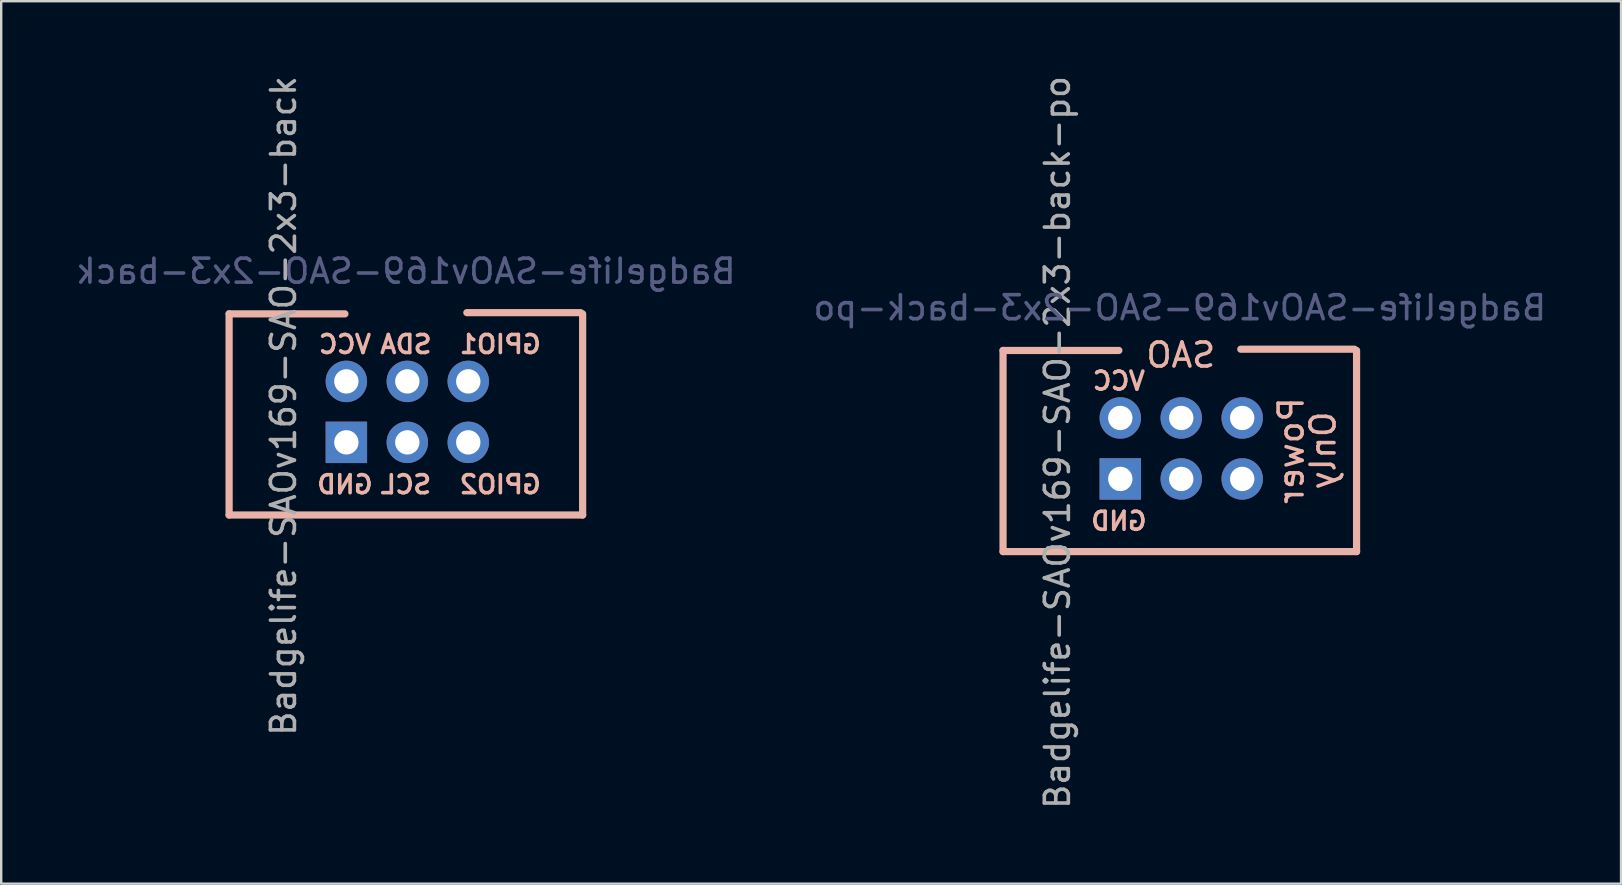
<source format=kicad_pcb>
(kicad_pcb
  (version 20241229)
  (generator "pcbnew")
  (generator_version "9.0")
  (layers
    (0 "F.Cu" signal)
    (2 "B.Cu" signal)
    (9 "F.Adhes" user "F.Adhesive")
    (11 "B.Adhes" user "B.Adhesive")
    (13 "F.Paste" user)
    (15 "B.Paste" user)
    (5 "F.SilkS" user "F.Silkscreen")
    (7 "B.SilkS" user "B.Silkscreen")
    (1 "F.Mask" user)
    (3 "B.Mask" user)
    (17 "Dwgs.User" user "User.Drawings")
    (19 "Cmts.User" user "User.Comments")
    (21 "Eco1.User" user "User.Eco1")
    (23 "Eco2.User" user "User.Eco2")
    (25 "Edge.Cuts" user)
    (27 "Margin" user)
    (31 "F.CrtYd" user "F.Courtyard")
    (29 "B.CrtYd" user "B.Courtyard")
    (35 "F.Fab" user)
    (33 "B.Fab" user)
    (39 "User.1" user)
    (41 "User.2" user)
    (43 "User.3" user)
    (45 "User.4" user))
  (footprint "Badgelife-SAOv169-SAO-2x3-back"
    (layer "F.Cu")
    (at 13.863 14.093)
    (property "Reference" "Badgelife-SAOv169-SAO-2x3-back" (at 0 -5.842 0) (layer "B.Fab") (effects (font (size 1 1) (thickness 0.15)) (justify mirror)))
    (attr through_hole)
    (fp_line (start -7.366 -4.064) (end -7.366 4.318) (stroke (width 0.3) (type solid)) (layer "B.SilkS"))
    (fp_line (start -7.366 4.318) (end 7.366 4.318) (stroke (width 0.3) (type solid)) (layer "B.SilkS"))
    (fp_line (start -2.54 -4.064) (end -7.366 -4.064) (stroke (width 0.3) (type solid)) (layer "B.SilkS"))
    (fp_line (start 7.28 -4.115) (end 2.54 -4.115) (stroke (width 0.3) (type solid)) (layer "B.SilkS"))
    (fp_line (start 7.366 4.318) (end 7.366 -4.064) (stroke (width 0.3) (type solid)) (layer "B.SilkS"))
    (fp_text user "GPIO1" (at 3.937 -2.794 0) (unlocked yes) (layer "B.SilkS") (effects (font (size 0.75 0.75) (thickness 0.15)) (justify mirror)))
    (fp_text user "GPIO2" (at 3.937 3.048 0) (layer "B.SilkS") (effects (font (size 0.75 0.75) (thickness 0.15)) (justify mirror)))
    (fp_text user "SCL" (at 0 3.048 0) (layer "B.SilkS") (effects (font (size 0.75 0.75) (thickness 0.15)) (justify mirror)))
    (fp_text user "GND" (at -2.54 3.048 0) (unlocked yes) (layer "B.SilkS") (effects (font (size 0.75 0.75) (thickness 0.15)) (justify mirror)))
    (fp_text user "SDA" (at 0 -2.794 0) (unlocked yes) (layer "B.SilkS") (effects (font (size 0.75 0.75) (thickness 0.15)) (justify mirror)))
    (fp_text user "VCC" (at -2.54 -2.794 0) (unlocked yes) (layer "B.SilkS") (effects (font (size 0.75 0.75) (thickness 0.15)) (justify mirror)))
    (fp_text user "${REFERENCE}" (at -5.1 -0.23 270) (layer "F.Fab") (effects (font (size 1 1) (thickness 0.15))))
    (pad "1" thru_hole oval (at -2.48 -1.25 270) (size 1.727 1.727) (drill 1.016) (layers "*.Cu" "*.Mask"))
    (pad "2" thru_hole rect (at -2.48 1.29 270) (size 1.727 1.727) (drill 1.016) (layers "*.Cu" "*.Mask"))
    (pad "3" thru_hole oval (at 0.06 -1.25 270) (size 1.727 1.727) (drill 1.016) (layers "*.Cu" "*.Mask"))
    (pad "4" thru_hole oval (at 0.06 1.29 270) (size 1.727 1.727) (drill 1.016) (layers "*.Cu" "*.Mask"))
    (pad "5" thru_hole circle (at 2.6 -1.25 270) (size 1.727 1.727) (drill 1.016) (layers "*.Cu" "*.Mask"))
    (pad "6" thru_hole circle (at 2.6 1.29 270) (size 1.727 1.727) (drill 1.016) (layers "*.Cu" "*.Mask")))
  (footprint "Badgelife-SAOv169-SAO-2x3-back-po"
    (layer "F.Cu")
    (at 46.113 15.617)
    (property "Reference" "Badgelife-SAOv169-SAO-2x3-back-po" (at 0 -5.842 0) (layer "B.Fab") (effects (font (size 1 1) (thickness 0.15)) (justify mirror)))
    (attr through_hole)
    (fp_line (start -7.366 -4.064) (end -7.366 4.318) (stroke (width 0.3) (type solid)) (layer "B.SilkS"))
    (fp_line (start -7.366 4.318) (end 7.366 4.318) (stroke (width 0.3) (type solid)) (layer "B.SilkS"))
    (fp_line (start -2.54 -4.064) (end -7.366 -4.064) (stroke (width 0.3) (type solid)) (layer "B.SilkS"))
    (fp_line (start 7.28 -4.115) (end 2.54 -4.115) (stroke (width 0.3) (type solid)) (layer "B.SilkS"))
    (fp_line (start 7.366 4.318) (end 7.366 -4.064) (stroke (width 0.3) (type solid)) (layer "B.SilkS"))
    (fp_text user "Power" (at 4.64 0.11 90) (layer "B.SilkS") (effects (font (size 1 1) (thickness 0.15)) (justify mirror)))
    (fp_text user "SAO" (at 0.04 -3.87 0) (layer "B.SilkS") (effects (font (size 1 1) (thickness 0.15)) (justify mirror)))
    (fp_text user "GND" (at -2.54 3.048 0) (unlocked yes) (layer "B.SilkS") (effects (font (size 0.75 0.75) (thickness 0.15)) (justify mirror)))
    (fp_text user "Only" (at 5.97 0.11 90) (layer "B.SilkS") (effects (font (size 1 1) (thickness 0.15)) (justify mirror)))
    (fp_text user "VCC" (at -2.54 -2.794 0) (unlocked yes) (layer "B.SilkS") (effects (font (size 0.75 0.75) (thickness 0.15)) (justify mirror)))
    (fp_text user "${REFERENCE}" (at -5.1 -0.23 270) (layer "F.Fab") (effects (font (size 1 1) (thickness 0.15))))
    (pad "1" thru_hole oval (at -2.48 -1.25 270) (size 1.727 1.727) (drill 1.016) (layers "*.Cu" "*.Mask"))
    (pad "2" thru_hole rect (at -2.48 1.29 270) (size 1.727 1.727) (drill 1.016) (layers "*.Cu" "*.Mask"))
    (pad "3" thru_hole oval (at 0.06 -1.25 270) (size 1.727 1.727) (drill 1.016) (layers "*.Cu" "*.Mask"))
    (pad "4" thru_hole oval (at 0.06 1.29 270) (size 1.727 1.727) (drill 1.016) (layers "*.Cu" "*.Mask"))
    (pad "5" thru_hole circle (at 2.6 -1.25 270) (size 1.727 1.727) (drill 1.016) (layers "*.Cu" "*.Mask"))
    (pad "6" thru_hole circle (at 2.6 1.29 270) (size 1.727 1.727) (drill 1.016) (layers "*.Cu" "*.Mask")))
  (gr_rect
    (start -3 -3)
    (end 64.5 33.774)
    (stroke (width 0.1) (type default))
    (fill no)
    (layer "Edge.Cuts")))
</source>
